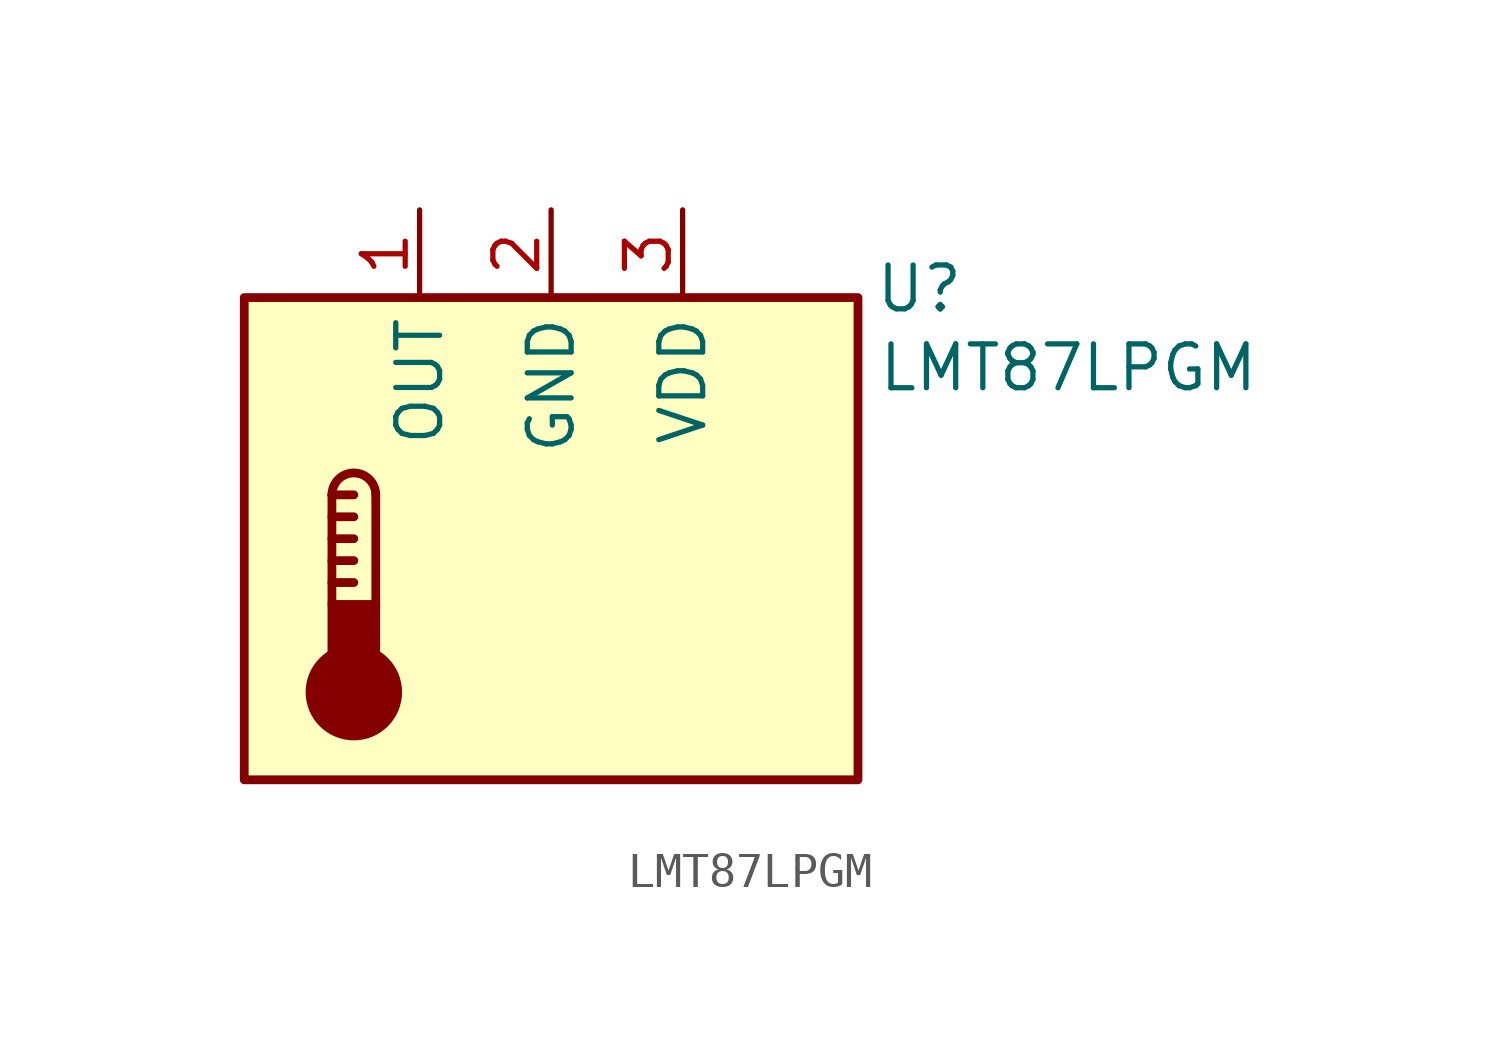
<source format=kicad_sym>
(kicad_symbol_lib
  (version 20231120)
  (generator "kicad_symbol_editor")
  (generator_version "8.0")
  (symbol "LMT87LPGM"
    (property "Reference" "U"
      (at 10.668 10.414 0)
      (effects (font (size 1.27 1.27))))
    (property "Value" "LMT87LPGM"
      (at 14.986 8.128 0)
      (effects (font (size 1.27 1.27))))
    (symbol "LMT87LPGM_0_1"
      (rectangle (start -6.35 1.27) (end -5.08 -0.635) (stroke (width 0.254) (type default)) (fill (type outline)))
      (circle (center -5.715 -1.27) (radius 1.27) (stroke (width 0.254) (type default)) (fill (type outline)))
      (arc (start -5.08 4.445) (mid -5.715 5.0773) (end -6.35 4.445) (stroke (width 0.254) (type default)) (fill (type none)))
      (polyline (pts (xy -6.35 1.905) (xy -5.715 1.905)) (stroke (width 0.254) (type default)) (fill (type none)))
      (polyline (pts (xy -6.35 2.54) (xy -5.715 2.54)) (stroke (width 0.254) (type default)) (fill (type none)))
      (polyline (pts (xy -6.35 3.175) (xy -5.715 3.175)) (stroke (width 0.254) (type default)) (fill (type none)))
      (polyline (pts (xy -6.35 3.81) (xy -5.715 3.81)) (stroke (width 0.254) (type default)) (fill (type none)))
      (polyline (pts (xy -6.35 4.445) (xy -6.35 1.27)) (stroke (width 0.254) (type default)) (fill (type none)))
      (polyline (pts (xy -6.35 4.445) (xy -5.715 4.445)) (stroke (width 0.254) (type default)) (fill (type none)))
      (polyline (pts (xy -5.08 4.445) (xy -5.08 1.27)) (stroke (width 0.254) (type default)) (fill (type none))))
    (symbol "LMT87LPGM_1_1"
      (rectangle (start -8.89 10.16) (end 8.89 -3.81) (stroke (width 0.254) (type default)) (fill (type background)))
      (pin output line (at -3.81 12.7 270) (length 2.54) (name "OUT" (effects (font (size 1.27 1.27)))) (number "1" (effects (font (size 1.27 1.27)))))
      (pin power_in line (at 0 12.7 270) (length 2.54) (name "GND" (effects (font (size 1.27 1.27)))) (number "2" (effects (font (size 1.27 1.27)))))
      (pin power_in line (at 3.81 12.7 270) (length 2.54) (name "VDD" (effects (font (size 1.27 1.27)))) (number "3" (effects (font (size 1.27 1.27))))))))
</source>
